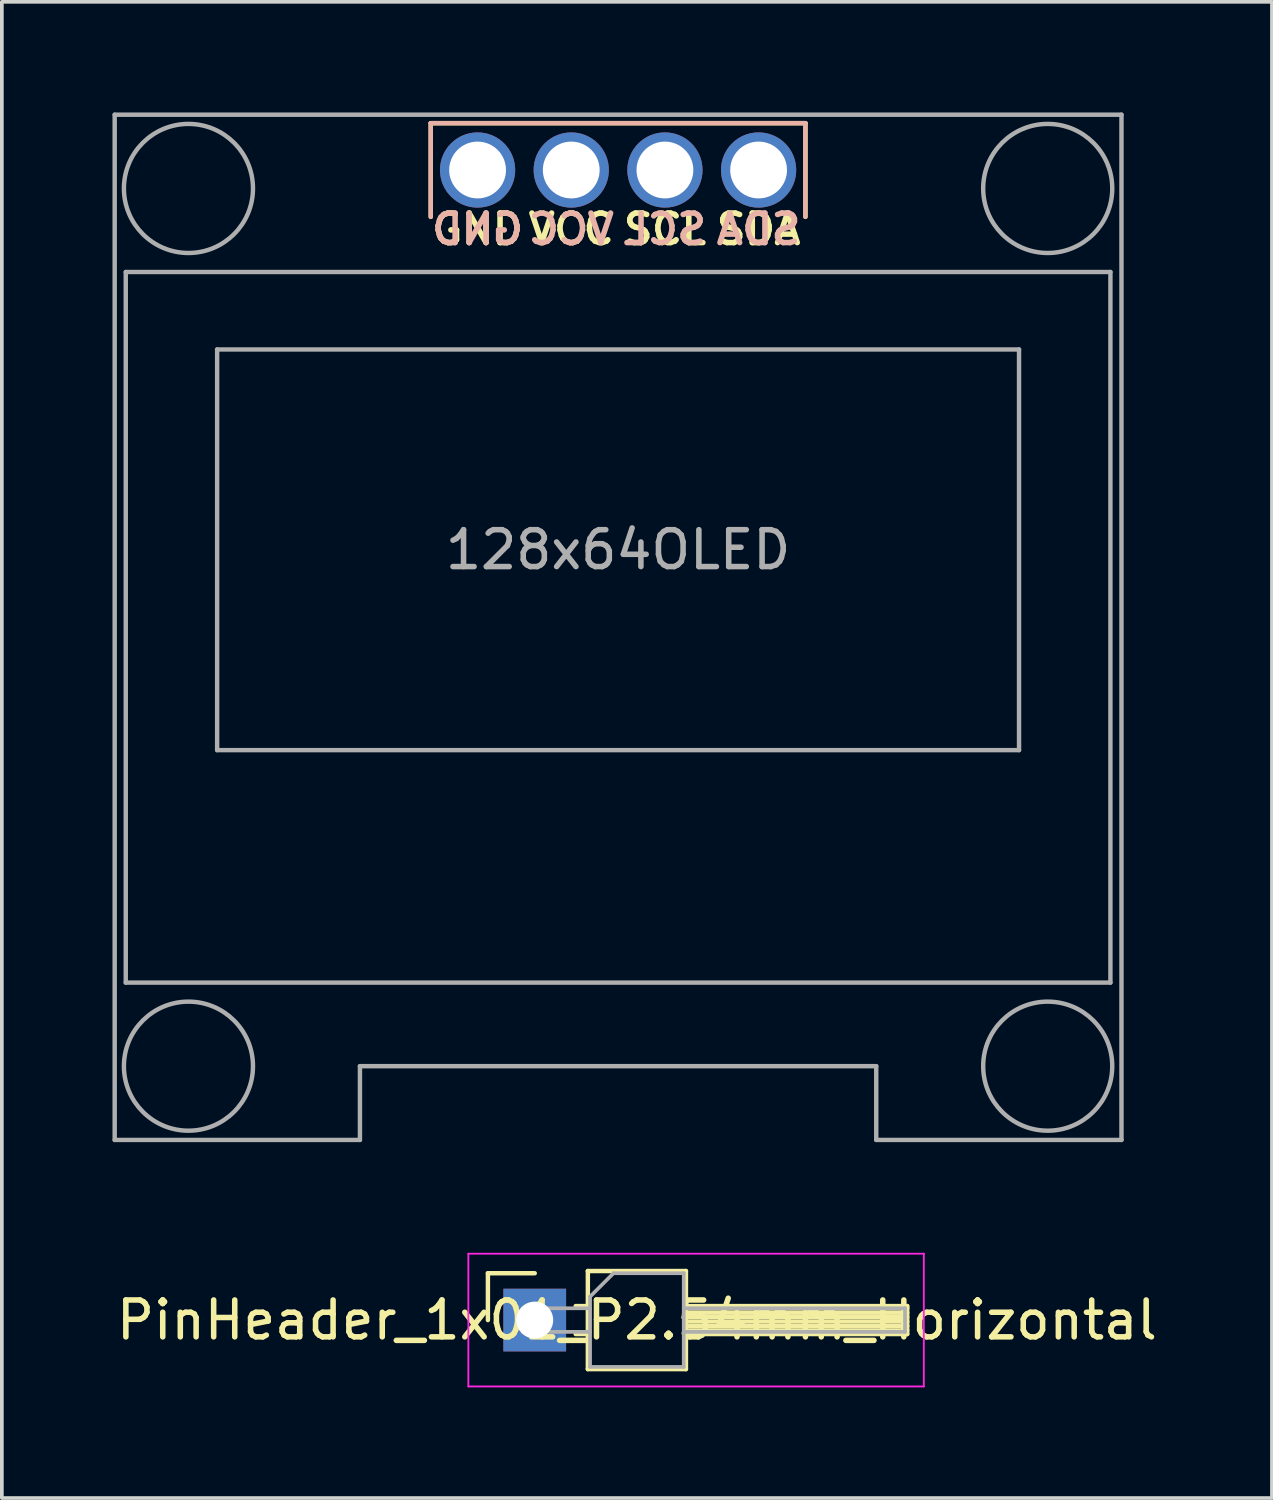
<source format=kicad_pcb>
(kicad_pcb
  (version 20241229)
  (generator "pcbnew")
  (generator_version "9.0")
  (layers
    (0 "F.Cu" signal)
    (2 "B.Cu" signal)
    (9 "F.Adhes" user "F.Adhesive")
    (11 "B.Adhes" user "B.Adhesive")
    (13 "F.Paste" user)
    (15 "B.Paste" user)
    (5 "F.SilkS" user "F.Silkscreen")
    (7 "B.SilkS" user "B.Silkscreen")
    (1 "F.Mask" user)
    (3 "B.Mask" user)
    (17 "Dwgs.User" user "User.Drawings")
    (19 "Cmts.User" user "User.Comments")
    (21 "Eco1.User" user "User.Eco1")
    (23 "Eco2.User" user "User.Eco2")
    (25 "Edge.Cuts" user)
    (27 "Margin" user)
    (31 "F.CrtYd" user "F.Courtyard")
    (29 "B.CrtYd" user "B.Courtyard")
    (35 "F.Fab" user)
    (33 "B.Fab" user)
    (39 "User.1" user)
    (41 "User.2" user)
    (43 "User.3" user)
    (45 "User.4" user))
  (footprint "PinHeader_1x01_P2.54mm_Horizontal"
    (layer "F.Cu")
    (at 11.45 32.745)
    (property "Reference" "PinHeader_1x01_P2.54mm_Horizontal" (at 2.77 0 0) (unlocked yes) (layer "F.SilkS") (effects (font (size 1 1) (thickness 0.15))))
    (attr through_hole)
    (fp_line (start -1.27 -1.27) (end 0 -1.27) (stroke (width 0.12) (type solid)) (layer "F.SilkS"))
    (fp_line (start -1.27 0) (end -1.27 -1.27) (stroke (width 0.12) (type solid)) (layer "F.SilkS"))
    (fp_line (start 1.11 -0.38) (end 1.44 -0.38) (stroke (width 0.12) (type solid)) (layer "F.SilkS"))
    (fp_line (start 1.11 0.38) (end 1.44 0.38) (stroke (width 0.12) (type solid)) (layer "F.SilkS"))
    (fp_line (start 1.44 -1.33) (end 1.44 1.33) (stroke (width 0.12) (type solid)) (layer "F.SilkS"))
    (fp_line (start 1.44 1.33) (end 4.1 1.33) (stroke (width 0.12) (type solid)) (layer "F.SilkS"))
    (fp_line (start 4.1 -1.33) (end 1.44 -1.33) (stroke (width 0.12) (type solid)) (layer "F.SilkS"))
    (fp_line (start 4.1 -0.38) (end 10.1 -0.38) (stroke (width 0.12) (type solid)) (layer "F.SilkS"))
    (fp_line (start 4.1 -0.32) (end 10.1 -0.32) (stroke (width 0.12) (type solid)) (layer "F.SilkS"))
    (fp_line (start 4.1 -0.2) (end 10.1 -0.2) (stroke (width 0.12) (type solid)) (layer "F.SilkS"))
    (fp_line (start 4.1 -0.08) (end 10.1 -0.08) (stroke (width 0.12) (type solid)) (layer "F.SilkS"))
    (fp_line (start 4.1 0.04) (end 10.1 0.04) (stroke (width 0.12) (type solid)) (layer "F.SilkS"))
    (fp_line (start 4.1 0.16) (end 10.1 0.16) (stroke (width 0.12) (type solid)) (layer "F.SilkS"))
    (fp_line (start 4.1 0.28) (end 10.1 0.28) (stroke (width 0.12) (type solid)) (layer "F.SilkS"))
    (fp_line (start 4.1 1.33) (end 4.1 -1.33) (stroke (width 0.12) (type solid)) (layer "F.SilkS"))
    (fp_line (start 10.1 -0.38) (end 10.1 0.38) (stroke (width 0.12) (type solid)) (layer "F.SilkS"))
    (fp_line (start 10.1 0.38) (end 4.1 0.38) (stroke (width 0.12) (type solid)) (layer "F.SilkS"))
    (fp_line (start -1.8 -1.8) (end -1.8 1.8) (stroke (width 0.05) (type solid)) (layer "F.CrtYd"))
    (fp_line (start -1.8 1.8) (end 10.55 1.8) (stroke (width 0.05) (type solid)) (layer "F.CrtYd"))
    (fp_line (start 10.55 -1.8) (end -1.8 -1.8) (stroke (width 0.05) (type solid)) (layer "F.CrtYd"))
    (fp_line (start 10.55 1.8) (end 10.55 -1.8) (stroke (width 0.05) (type solid)) (layer "F.CrtYd"))
    (fp_line (start -0.32 -0.32) (end -0.32 0.32) (stroke (width 0.1) (type solid)) (layer "F.Fab"))
    (fp_line (start -0.32 -0.32) (end 1.5 -0.32) (stroke (width 0.1) (type solid)) (layer "F.Fab"))
    (fp_line (start -0.32 0.32) (end 1.5 0.32) (stroke (width 0.1) (type solid)) (layer "F.Fab"))
    (fp_line (start 1.5 -0.635) (end 2.135 -1.27) (stroke (width 0.1) (type solid)) (layer "F.Fab"))
    (fp_line (start 1.5 1.27) (end 1.5 -0.635) (stroke (width 0.1) (type solid)) (layer "F.Fab"))
    (fp_line (start 2.135 -1.27) (end 4.04 -1.27) (stroke (width 0.1) (type solid)) (layer "F.Fab"))
    (fp_line (start 4.04 -1.27) (end 4.04 1.27) (stroke (width 0.1) (type solid)) (layer "F.Fab"))
    (fp_line (start 4.04 -0.32) (end 10.04 -0.32) (stroke (width 0.1) (type solid)) (layer "F.Fab"))
    (fp_line (start 4.04 0.32) (end 10.04 0.32) (stroke (width 0.1) (type solid)) (layer "F.Fab"))
    (fp_line (start 4.04 1.27) (end 1.5 1.27) (stroke (width 0.1) (type solid)) (layer "F.Fab"))
    (fp_line (start 10.04 -0.32) (end 10.04 0.32) (stroke (width 0.1) (type solid)) (layer "F.Fab"))
    (pad "1" thru_hole rect (at 0 0) (size 1.7 1.7) (drill 1) (layers "*.Cu" "*.Mask")))
  (footprint "128x64OLED"
    (layer "F.Cu")
    (at 13.71 13.96)
    (property "Reference" "128x64OLED" (at 0 -2.102 0) (layer "F.Fab") (effects (font (size 1 1) (thickness 0.15))))
    (attr through_hole)
    (fp_line (start -5.08 -13.67) (end 5.08 -13.67) (stroke (width 0.12) (type solid)) (layer "F.SilkS"))
    (fp_line (start -5.08 -11.13) (end -5.08 -13.67) (stroke (width 0.12) (type solid)) (layer "F.SilkS"))
    (fp_line (start 5.08 -13.67) (end 5.08 -11.13) (stroke (width 0.12) (type solid)) (layer "F.SilkS"))
    (fp_line (start -5.08 -13.67) (end 5.08 -13.67) (stroke (width 0.12) (type solid)) (layer "B.SilkS"))
    (fp_line (start -5.08 -11.13) (end -5.08 -13.67) (stroke (width 0.12) (type solid)) (layer "B.SilkS"))
    (fp_line (start 5.08 -13.67) (end 5.08 -11.13) (stroke (width 0.12) (type solid)) (layer "B.SilkS"))
    (fp_line (start -13.65 -13.9) (end 13.65 -13.9) (stroke (width 0.12) (type solid)) (layer "F.Fab"))
    (fp_line (start -13.65 13.9) (end -13.65 -13.9) (stroke (width 0.12) (type solid)) (layer "F.Fab"))
    (fp_line (start -13.65 13.9) (end -7 13.9) (stroke (width 0.12) (type solid)) (layer "F.Fab"))
    (fp_line (start -13.35 -9.634) (end 13.35 -9.634) (stroke (width 0.12) (type solid)) (layer "F.Fab"))
    (fp_line (start -13.35 9.634) (end -13.35 -9.634) (stroke (width 0.12) (type solid)) (layer "F.Fab"))
    (fp_line (start -13.35 9.634) (end 13.35 9.634) (stroke (width 0.12) (type solid)) (layer "F.Fab"))
    (fp_line (start -10.872 -7.534) (end -10.872 3.33) (stroke (width 0.12) (type solid)) (layer "F.Fab"))
    (fp_line (start -10.872 -7.534) (end 10.872 -7.534) (stroke (width 0.12) (type solid)) (layer "F.Fab"))
    (fp_line (start -7 11.9) (end -7 13.9) (stroke (width 0.12) (type solid)) (layer "F.Fab"))
    (fp_line (start 7 11.9) (end -7 11.9) (stroke (width 0.12) (type solid)) (layer "F.Fab"))
    (fp_line (start 7 11.9) (end 7 13.9) (stroke (width 0.12) (type solid)) (layer "F.Fab"))
    (fp_line (start 10.872 3.33) (end -10.872 3.33) (stroke (width 0.12) (type solid)) (layer "F.Fab"))
    (fp_line (start 10.872 3.33) (end 10.872 -7.534) (stroke (width 0.12) (type solid)) (layer "F.Fab"))
    (fp_line (start 13.35 9.634) (end 13.35 -9.634) (stroke (width 0.12) (type solid)) (layer "F.Fab"))
    (fp_line (start 13.65 13.9) (end 7 13.9) (stroke (width 0.12) (type solid)) (layer "F.Fab"))
    (fp_line (start 13.65 13.9) (end 13.65 -13.9) (stroke (width 0.12) (type solid)) (layer "F.Fab"))
    (fp_circle (center -11.65 -11.9) (end -9.9 -11.9) (stroke (width 0.12) (type solid)) (fill no) (layer "F.Fab"))
    (fp_circle (center -11.65 11.9) (end -9.9 11.9) (stroke (width 0.12) (type solid)) (fill no) (layer "F.Fab"))
    (fp_circle (center 11.65 -11.9) (end 13.4 -11.9) (stroke (width 0.12) (type solid)) (fill no) (layer "F.Fab"))
    (fp_circle (center 11.65 11.9) (end 13.4 11.9) (stroke (width 0.12) (type solid)) (fill no) (layer "F.Fab"))
    (fp_text user "SDA" (at 3.81 -10.795 180) (layer "F.SilkS") (effects (font (size 0.8 0.8) (thickness 0.15))))
    (fp_text user "VCC" (at -1.27 -10.795 180) (layer "F.SilkS") (effects (font (size 0.8 0.8) (thickness 0.15))))
    (fp_text user "GND" (at -3.81 -10.795 180) (layer "F.SilkS") (effects (font (size 0.8 0.8) (thickness 0.15))))
    (fp_text user "SCL" (at 1.27 -10.795 180) (layer "F.SilkS") (effects (font (size 0.8 0.8) (thickness 0.15))))
    (fp_text user "VCC" (at -1.27 -10.795 180) (layer "B.SilkS") (effects (font (size 0.8 0.8) (thickness 0.15)) (justify mirror)))
    (fp_text user "GND" (at -3.81 -10.795 180) (layer "B.SilkS") (effects (font (size 0.8 0.8) (thickness 0.15)) (justify mirror)))
    (fp_text user "SCL" (at 1.27 -10.795 180) (layer "B.SilkS") (effects (font (size 0.8 0.8) (thickness 0.15)) (justify mirror)))
    (fp_text user "SDA" (at 3.81 -10.795 180) (layer "B.SilkS") (effects (font (size 0.8 0.8) (thickness 0.15)) (justify mirror)))
    (pad "1" thru_hole circle (at 3.81 -12.4 90) (size 2.04 2.04) (drill 1.54) (layers "*.Cu" "*.Mask"))
    (pad "2" thru_hole circle (at 1.27 -12.4 90) (size 2.04 2.04) (drill 1.54) (layers "*.Cu" "*.Mask"))
    (pad "3" thru_hole circle (at -1.27 -12.4 90) (size 2.04 2.04) (drill 1.54) (layers "*.Cu" "*.Mask"))
    (pad "4" thru_hole circle (at -3.81 -12.4 90) (size 2.04 2.04) (drill 1.54) (layers "*.Cu" "*.Mask")))
  (gr_rect
    (start -3 -3)
    (end 31.44 37.57)
    (stroke (width 0.1) (type default))
    (fill no)
    (layer "Edge.Cuts")))
</source>
